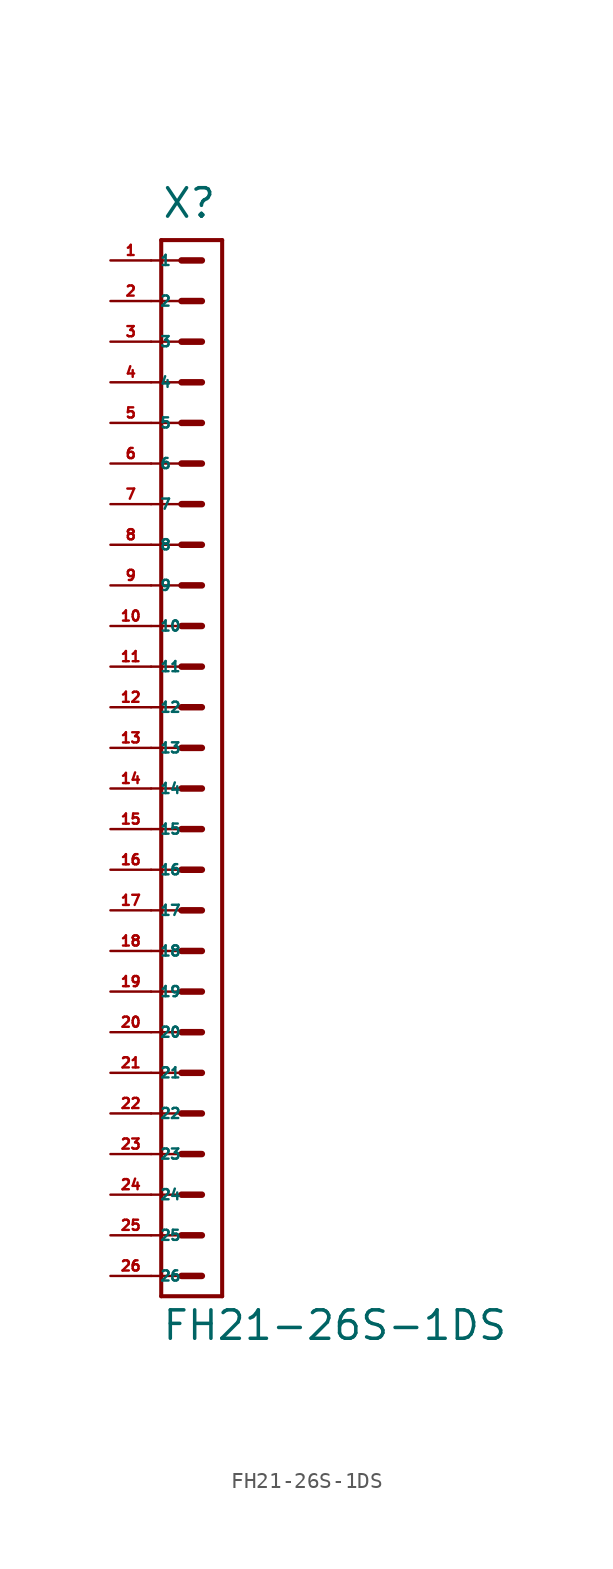
<source format=kicad_sym>
(kicad_symbol_lib
  (version 20220914)
  (generator Eagle2Kicad)
  (symbol "FH21-26S-1DS"
    (property "Reference" "X"
      (at -1.905 33.02 0)
      (effects (font (size 1.778 1.778) (thickness 0.22)) (justify left bottom)))
    (property "Value" "FH21-26S-1DS"
      (at -1.905 -37.148 0)
      (effects (font (size 1.778 1.778) (thickness 0.22)) (justify left bottom)))
    (polyline
      (pts (xy 1.905 31.75) (xy -1.905 31.75))
      (stroke (width 0.254) (type default))
      (fill (type none)))
    (polyline
      (pts (xy -1.905 -34.29) (xy -1.905 31.75))
      (stroke (width 0.254) (type default))
      (fill (type none)))
    (polyline
      (pts (xy -1.905 -34.29) (xy 1.905 -34.29))
      (stroke (width 0.254) (type default))
      (fill (type none)))
    (polyline
      (pts (xy 1.905 31.75) (xy 1.905 -34.29))
      (stroke (width 0.254) (type default))
      (fill (type none)))
    (polyline
      (pts (xy -2.54 30.48) (xy -0.635 30.48))
      (stroke (width 0.152) (type default))
      (fill (type none)))
    (polyline
      (pts (xy -2.54 27.94) (xy -0.635 27.94))
      (stroke (width 0.152) (type default))
      (fill (type none)))
    (polyline
      (pts (xy -2.54 25.4) (xy -0.635 25.4))
      (stroke (width 0.152) (type default))
      (fill (type none)))
    (polyline
      (pts (xy -2.54 22.86) (xy -0.635 22.86))
      (stroke (width 0.152) (type default))
      (fill (type none)))
    (polyline
      (pts (xy -2.54 20.32) (xy -0.635 20.32))
      (stroke (width 0.152) (type default))
      (fill (type none)))
    (polyline
      (pts (xy -2.54 17.78) (xy -0.635 17.78))
      (stroke (width 0.152) (type default))
      (fill (type none)))
    (polyline
      (pts (xy -0.635 30.48) (xy 0.635 30.48))
      (stroke (width 0.406) (type default))
      (fill (type none)))
    (polyline
      (pts (xy -0.635 27.94) (xy 0.635 27.94))
      (stroke (width 0.406) (type default))
      (fill (type none)))
    (polyline
      (pts (xy -0.635 25.4) (xy 0.635 25.4))
      (stroke (width 0.406) (type default))
      (fill (type none)))
    (polyline
      (pts (xy -0.635 22.86) (xy 0.635 22.86))
      (stroke (width 0.406) (type default))
      (fill (type none)))
    (polyline
      (pts (xy -0.635 20.32) (xy 0.635 20.32))
      (stroke (width 0.406) (type default))
      (fill (type none)))
    (polyline
      (pts (xy -0.635 17.78) (xy 0.635 17.78))
      (stroke (width 0.406) (type default))
      (fill (type none)))
    (polyline
      (pts (xy -2.54 15.24) (xy -0.635 15.24))
      (stroke (width 0.152) (type default))
      (fill (type none)))
    (polyline
      (pts (xy -2.54 12.7) (xy -0.635 12.7))
      (stroke (width 0.152) (type default))
      (fill (type none)))
    (polyline
      (pts (xy -0.635 15.24) (xy 0.635 15.24))
      (stroke (width 0.406) (type default))
      (fill (type none)))
    (polyline
      (pts (xy -0.635 12.7) (xy 0.635 12.7))
      (stroke (width 0.406) (type default))
      (fill (type none)))
    (polyline
      (pts (xy -2.54 10.16) (xy -0.635 10.16))
      (stroke (width 0.152) (type default))
      (fill (type none)))
    (polyline
      (pts (xy -2.54 7.62) (xy -0.635 7.62))
      (stroke (width 0.152) (type default))
      (fill (type none)))
    (polyline
      (pts (xy -0.635 10.16) (xy 0.635 10.16))
      (stroke (width 0.406) (type default))
      (fill (type none)))
    (polyline
      (pts (xy -0.635 7.62) (xy 0.635 7.62))
      (stroke (width 0.406) (type default))
      (fill (type none)))
    (polyline
      (pts (xy -2.54 5.08) (xy -0.635 5.08))
      (stroke (width 0.152) (type default))
      (fill (type none)))
    (polyline
      (pts (xy -2.54 2.54) (xy -0.635 2.54))
      (stroke (width 0.152) (type default))
      (fill (type none)))
    (polyline
      (pts (xy -0.635 5.08) (xy 0.635 5.08))
      (stroke (width 0.406) (type default))
      (fill (type none)))
    (polyline
      (pts (xy -0.635 2.54) (xy 0.635 2.54))
      (stroke (width 0.406) (type default))
      (fill (type none)))
    (polyline
      (pts (xy -2.54 0) (xy -0.635 0))
      (stroke (width 0.152) (type default))
      (fill (type none)))
    (polyline
      (pts (xy -2.54 -2.54) (xy -0.635 -2.54))
      (stroke (width 0.152) (type default))
      (fill (type none)))
    (polyline
      (pts (xy -0.635 0) (xy 0.635 0))
      (stroke (width 0.406) (type default))
      (fill (type none)))
    (polyline
      (pts (xy -0.635 -2.54) (xy 0.635 -2.54))
      (stroke (width 0.406) (type default))
      (fill (type none)))
    (polyline
      (pts (xy -2.54 -5.08) (xy -0.635 -5.08))
      (stroke (width 0.152) (type default))
      (fill (type none)))
    (polyline
      (pts (xy -2.54 -7.62) (xy -0.635 -7.62))
      (stroke (width 0.152) (type default))
      (fill (type none)))
    (polyline
      (pts (xy -0.635 -5.08) (xy 0.635 -5.08))
      (stroke (width 0.406) (type default))
      (fill (type none)))
    (polyline
      (pts (xy -0.635 -7.62) (xy 0.635 -7.62))
      (stroke (width 0.406) (type default))
      (fill (type none)))
    (polyline
      (pts (xy -2.54 -10.16) (xy -0.635 -10.16))
      (stroke (width 0.152) (type default))
      (fill (type none)))
    (polyline
      (pts (xy -2.54 -12.7) (xy -0.635 -12.7))
      (stroke (width 0.152) (type default))
      (fill (type none)))
    (polyline
      (pts (xy -0.635 -10.16) (xy 0.635 -10.16))
      (stroke (width 0.406) (type default))
      (fill (type none)))
    (polyline
      (pts (xy -0.635 -12.7) (xy 0.635 -12.7))
      (stroke (width 0.406) (type default))
      (fill (type none)))
    (polyline
      (pts (xy -2.54 -15.24) (xy -0.635 -15.24))
      (stroke (width 0.152) (type default))
      (fill (type none)))
    (polyline
      (pts (xy -2.54 -17.78) (xy -0.635 -17.78))
      (stroke (width 0.152) (type default))
      (fill (type none)))
    (polyline
      (pts (xy -0.635 -15.24) (xy 0.635 -15.24))
      (stroke (width 0.406) (type default))
      (fill (type none)))
    (polyline
      (pts (xy -0.635 -17.78) (xy 0.635 -17.78))
      (stroke (width 0.406) (type default))
      (fill (type none)))
    (polyline
      (pts (xy -0.635 -20.32) (xy 0.635 -20.32))
      (stroke (width 0.406) (type default))
      (fill (type none)))
    (polyline
      (pts (xy -0.635 -22.86) (xy 0.635 -22.86))
      (stroke (width 0.406) (type default))
      (fill (type none)))
    (polyline
      (pts (xy -2.54 -20.32) (xy -0.635 -20.32))
      (stroke (width 0.152) (type default))
      (fill (type none)))
    (polyline
      (pts (xy -2.54 -22.86) (xy -0.635 -22.86))
      (stroke (width 0.152) (type default))
      (fill (type none)))
    (polyline
      (pts (xy -2.54 -25.4) (xy -0.635 -25.4))
      (stroke (width 0.152) (type default))
      (fill (type none)))
    (polyline
      (pts (xy -2.54 -27.94) (xy -0.635 -27.94))
      (stroke (width 0.152) (type default))
      (fill (type none)))
    (polyline
      (pts (xy -0.635 -25.4) (xy 0.635 -25.4))
      (stroke (width 0.406) (type default))
      (fill (type none)))
    (polyline
      (pts (xy -0.635 -27.94) (xy 0.635 -27.94))
      (stroke (width 0.406) (type default))
      (fill (type none)))
    (polyline
      (pts (xy -2.54 -30.48) (xy -0.635 -30.48))
      (stroke (width 0.152) (type default))
      (fill (type none)))
    (polyline
      (pts (xy -2.54 -33.02) (xy -0.635 -33.02))
      (stroke (width 0.152) (type default))
      (fill (type none)))
    (polyline
      (pts (xy -0.635 -30.48) (xy 0.635 -30.48))
      (stroke (width 0.406) (type default))
      (fill (type none)))
    (polyline
      (pts (xy -0.635 -33.02) (xy 0.635 -33.02))
      (stroke (width 0.406) (type default))
      (fill (type none)))
    (pin passive line
      (at -5.08 30.48 0)
      (length 2.54)
      (name "1" (effects (font (size 0.635 0.635) (thickness 0.08)) (justify left bottom)))
      (number "1" (effects (font (size 0.635 0.635) (thickness 0.08)) (justify left bottom))))
    (pin passive line
      (at -5.08 27.94 0)
      (length 2.54)
      (name "2" (effects (font (size 0.635 0.635) (thickness 0.08)) (justify left bottom)))
      (number "2" (effects (font (size 0.635 0.635) (thickness 0.08)) (justify left bottom))))
    (pin passive line
      (at -5.08 25.4 0)
      (length 2.54)
      (name "3" (effects (font (size 0.635 0.635) (thickness 0.08)) (justify left bottom)))
      (number "3" (effects (font (size 0.635 0.635) (thickness 0.08)) (justify left bottom))))
    (pin passive line
      (at -5.08 22.86 0)
      (length 2.54)
      (name "4" (effects (font (size 0.635 0.635) (thickness 0.08)) (justify left bottom)))
      (number "4" (effects (font (size 0.635 0.635) (thickness 0.08)) (justify left bottom))))
    (pin passive line
      (at -5.08 20.32 0)
      (length 2.54)
      (name "5" (effects (font (size 0.635 0.635) (thickness 0.08)) (justify left bottom)))
      (number "5" (effects (font (size 0.635 0.635) (thickness 0.08)) (justify left bottom))))
    (pin passive line
      (at -5.08 17.78 0)
      (length 2.54)
      (name "6" (effects (font (size 0.635 0.635) (thickness 0.08)) (justify left bottom)))
      (number "6" (effects (font (size 0.635 0.635) (thickness 0.08)) (justify left bottom))))
    (pin passive line
      (at -5.08 15.24 0)
      (length 2.54)
      (name "7" (effects (font (size 0.635 0.635) (thickness 0.08)) (justify left bottom)))
      (number "7" (effects (font (size 0.635 0.635) (thickness 0.08)) (justify left bottom))))
    (pin passive line
      (at -5.08 12.7 0)
      (length 2.54)
      (name "8" (effects (font (size 0.635 0.635) (thickness 0.08)) (justify left bottom)))
      (number "8" (effects (font (size 0.635 0.635) (thickness 0.08)) (justify left bottom))))
    (pin passive line
      (at -5.08 10.16 0)
      (length 2.54)
      (name "9" (effects (font (size 0.635 0.635) (thickness 0.08)) (justify left bottom)))
      (number "9" (effects (font (size 0.635 0.635) (thickness 0.08)) (justify left bottom))))
    (pin passive line
      (at -5.08 7.62 0)
      (length 2.54)
      (name "10" (effects (font (size 0.635 0.635) (thickness 0.08)) (justify left bottom)))
      (number "10" (effects (font (size 0.635 0.635) (thickness 0.08)) (justify left bottom))))
    (pin passive line
      (at -5.08 5.08 0)
      (length 2.54)
      (name "11" (effects (font (size 0.635 0.635) (thickness 0.08)) (justify left bottom)))
      (number "11" (effects (font (size 0.635 0.635) (thickness 0.08)) (justify left bottom))))
    (pin passive line
      (at -5.08 2.54 0)
      (length 2.54)
      (name "12" (effects (font (size 0.635 0.635) (thickness 0.08)) (justify left bottom)))
      (number "12" (effects (font (size 0.635 0.635) (thickness 0.08)) (justify left bottom))))
    (pin passive line
      (at -5.08 0 0)
      (length 2.54)
      (name "13" (effects (font (size 0.635 0.635) (thickness 0.08)) (justify left bottom)))
      (number "13" (effects (font (size 0.635 0.635) (thickness 0.08)) (justify left bottom))))
    (pin passive line
      (at -5.08 -2.54 0)
      (length 2.54)
      (name "14" (effects (font (size 0.635 0.635) (thickness 0.08)) (justify left bottom)))
      (number "14" (effects (font (size 0.635 0.635) (thickness 0.08)) (justify left bottom))))
    (pin passive line
      (at -5.08 -5.08 0)
      (length 2.54)
      (name "15" (effects (font (size 0.635 0.635) (thickness 0.08)) (justify left bottom)))
      (number "15" (effects (font (size 0.635 0.635) (thickness 0.08)) (justify left bottom))))
    (pin passive line
      (at -5.08 -7.62 0)
      (length 2.54)
      (name "16" (effects (font (size 0.635 0.635) (thickness 0.08)) (justify left bottom)))
      (number "16" (effects (font (size 0.635 0.635) (thickness 0.08)) (justify left bottom))))
    (pin passive line
      (at -5.08 -10.16 0)
      (length 2.54)
      (name "17" (effects (font (size 0.635 0.635) (thickness 0.08)) (justify left bottom)))
      (number "17" (effects (font (size 0.635 0.635) (thickness 0.08)) (justify left bottom))))
    (pin passive line
      (at -5.08 -12.7 0)
      (length 2.54)
      (name "18" (effects (font (size 0.635 0.635) (thickness 0.08)) (justify left bottom)))
      (number "18" (effects (font (size 0.635 0.635) (thickness 0.08)) (justify left bottom))))
    (pin passive line
      (at -5.08 -15.24 0)
      (length 2.54)
      (name "19" (effects (font (size 0.635 0.635) (thickness 0.08)) (justify left bottom)))
      (number "19" (effects (font (size 0.635 0.635) (thickness 0.08)) (justify left bottom))))
    (pin passive line
      (at -5.08 -17.78 0)
      (length 2.54)
      (name "20" (effects (font (size 0.635 0.635) (thickness 0.08)) (justify left bottom)))
      (number "20" (effects (font (size 0.635 0.635) (thickness 0.08)) (justify left bottom))))
    (pin passive line
      (at -5.08 -20.32 0)
      (length 2.54)
      (name "21" (effects (font (size 0.635 0.635) (thickness 0.08)) (justify left bottom)))
      (number "21" (effects (font (size 0.635 0.635) (thickness 0.08)) (justify left bottom))))
    (pin passive line
      (at -5.08 -22.86 0)
      (length 2.54)
      (name "22" (effects (font (size 0.635 0.635) (thickness 0.08)) (justify left bottom)))
      (number "22" (effects (font (size 0.635 0.635) (thickness 0.08)) (justify left bottom))))
    (pin passive line
      (at -5.08 -25.4 0)
      (length 2.54)
      (name "23" (effects (font (size 0.635 0.635) (thickness 0.08)) (justify left bottom)))
      (number "23" (effects (font (size 0.635 0.635) (thickness 0.08)) (justify left bottom))))
    (pin passive line
      (at -5.08 -27.94 0)
      (length 2.54)
      (name "24" (effects (font (size 0.635 0.635) (thickness 0.08)) (justify left bottom)))
      (number "24" (effects (font (size 0.635 0.635) (thickness 0.08)) (justify left bottom))))
    (pin passive line
      (at -5.08 -30.48 0)
      (length 2.54)
      (name "25" (effects (font (size 0.635 0.635) (thickness 0.08)) (justify left bottom)))
      (number "25" (effects (font (size 0.635 0.635) (thickness 0.08)) (justify left bottom))))
    (pin passive line
      (at -5.08 -33.02 0)
      (length 2.54)
      (name "26" (effects (font (size 0.635 0.635) (thickness 0.08)) (justify left bottom)))
      (number "26" (effects (font (size 0.635 0.635) (thickness 0.08)) (justify left bottom))))))
</source>
